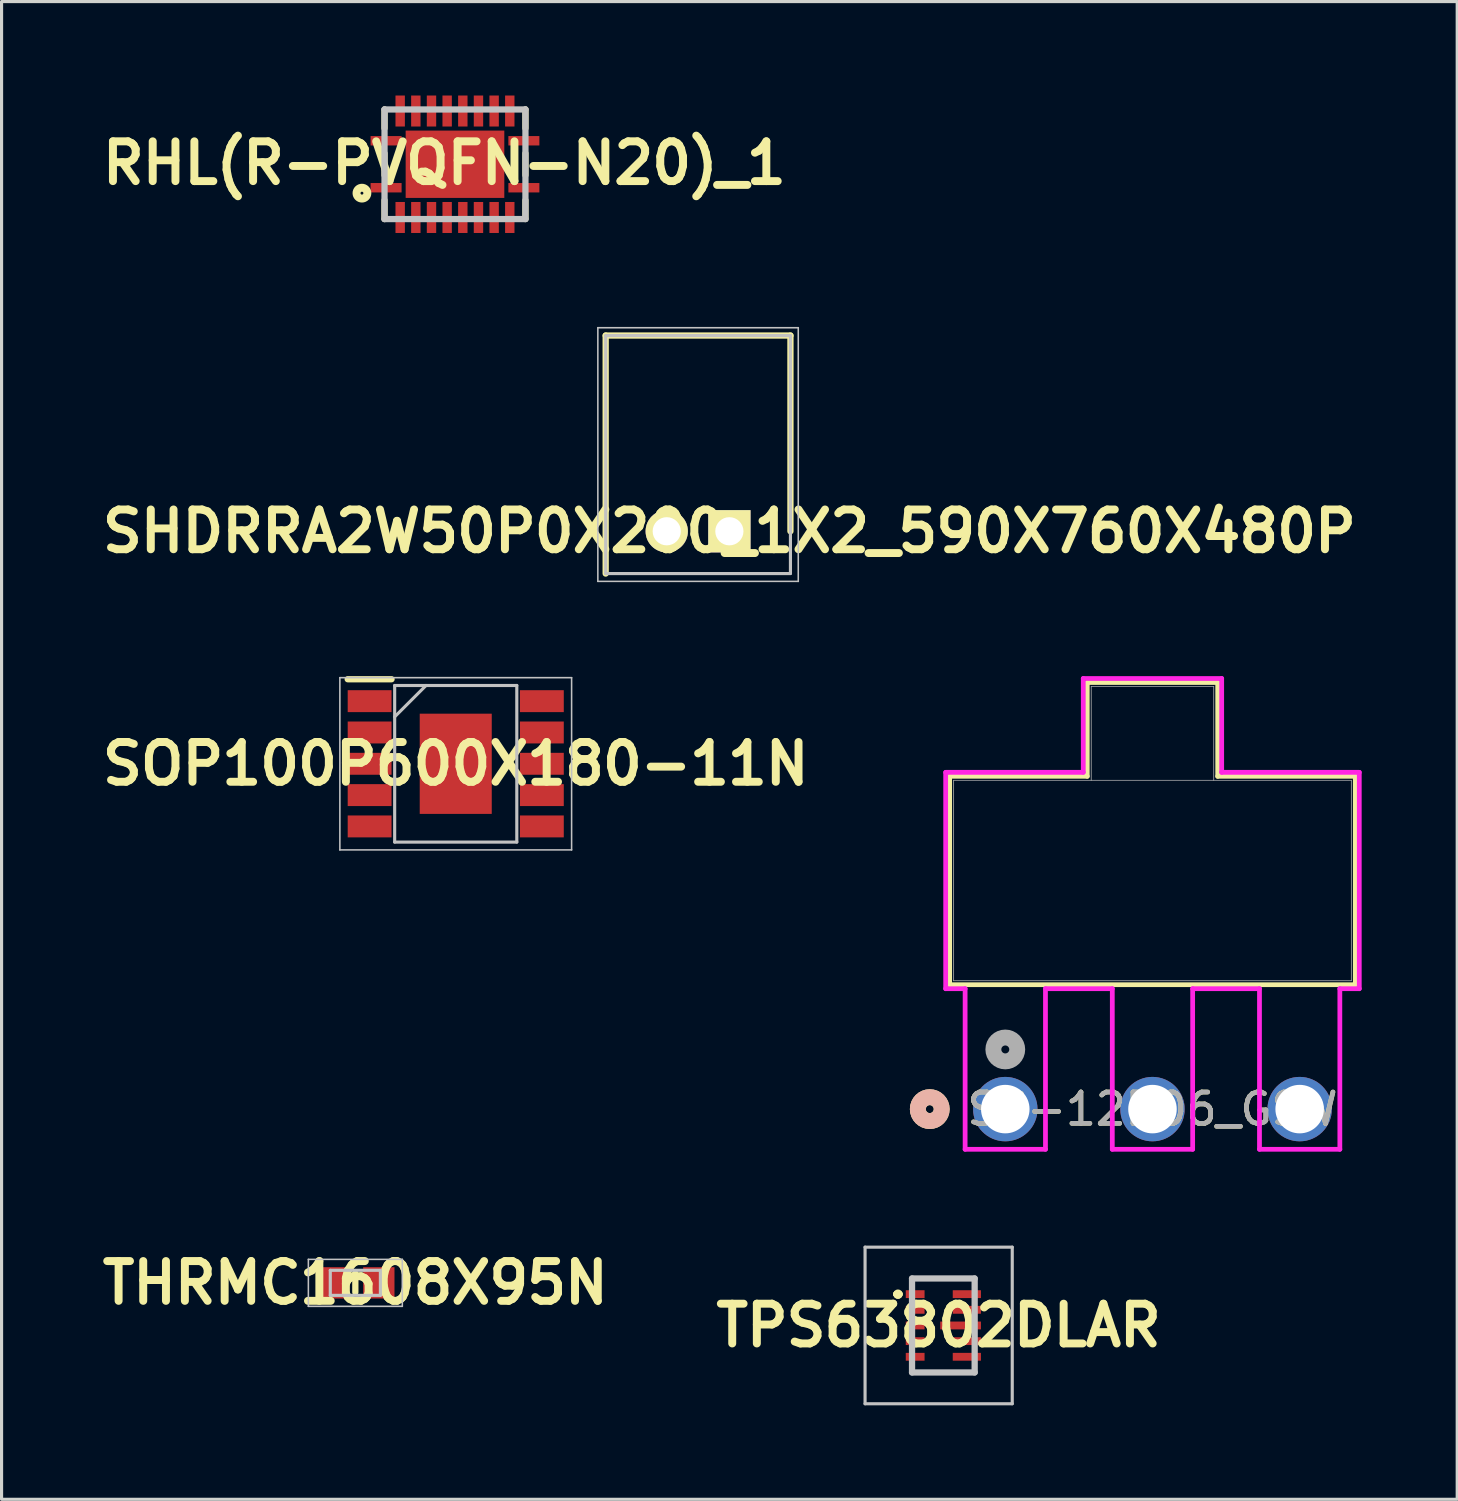
<source format=kicad_pcb>
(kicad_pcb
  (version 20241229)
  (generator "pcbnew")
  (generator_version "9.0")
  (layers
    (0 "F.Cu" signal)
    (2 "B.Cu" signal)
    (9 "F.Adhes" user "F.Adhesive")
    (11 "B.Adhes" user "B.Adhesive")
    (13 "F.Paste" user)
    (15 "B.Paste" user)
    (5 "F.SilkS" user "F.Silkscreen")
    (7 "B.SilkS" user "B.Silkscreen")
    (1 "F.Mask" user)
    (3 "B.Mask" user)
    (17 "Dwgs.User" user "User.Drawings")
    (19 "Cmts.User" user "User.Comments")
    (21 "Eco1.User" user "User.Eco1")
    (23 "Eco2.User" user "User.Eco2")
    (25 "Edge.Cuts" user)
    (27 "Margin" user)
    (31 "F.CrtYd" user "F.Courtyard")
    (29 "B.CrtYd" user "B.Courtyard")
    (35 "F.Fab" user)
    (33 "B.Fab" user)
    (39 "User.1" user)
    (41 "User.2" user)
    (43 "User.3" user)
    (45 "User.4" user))
  (footprint "RHL(R-PVQFN-N20)_1"
    (layer "F.Cu")
    (at 11.479 2.195)
    (property "Reference" "RHL(R-PVQFN-N20)_1" (at -0.339 -0.036 0) (layer "F.SilkS") (effects (font (size 1.27 1.27) (thickness 0.254))))
    (attr smd)
    (fp_line (start -2.25 -1.75) (end -2.25 -1.15) (stroke (width 0.2) (type solid)) (layer "F.SilkS"))
    (fp_line (start -2.25 -0.35) (end -2.25 0.35) (stroke (width 0.2) (type solid)) (layer "F.SilkS"))
    (fp_line (start -2.25 1.75) (end -2.25 1.15) (stroke (width 0.2) (type solid)) (layer "F.SilkS"))
    (fp_line (start 2.25 -1.75) (end 2.25 -1.15) (stroke (width 0.2) (type solid)) (layer "F.SilkS"))
    (fp_line (start 2.25 -0.35) (end 2.25 0.35) (stroke (width 0.2) (type solid)) (layer "F.SilkS"))
    (fp_line (start 2.25 1.75) (end 2.25 1.15) (stroke (width 0.2) (type solid)) (layer "F.SilkS"))
    (fp_circle (center -2.971 0.923) (end -3.017 0.923) (stroke (width 0.254) (type solid)) (fill no) (layer "F.SilkS"))
    (fp_line (start -2.25 -1.75) (end 2.25 -1.75) (stroke (width 0.2) (type solid)) (layer "Dwgs.User"))
    (fp_line (start -2.25 1.75) (end -2.25 -1.75) (stroke (width 0.2) (type solid)) (layer "Dwgs.User"))
    (fp_line (start 2.25 -1.75) (end 2.25 1.75) (stroke (width 0.2) (type solid)) (layer "Dwgs.User"))
    (fp_line (start 2.25 1.75) (end -2.25 1.75) (stroke (width 0.2) (type solid)) (layer "Dwgs.User"))
    (pad "1" smd rect (at -2.2 0.75 90) (size 0.3 0.99) (layers "F.Cu" "F.Mask" "F.Paste"))
    (pad "2" smd rect (at -1.75 1.7) (size 0.3 0.99) (layers "F.Cu" "F.Mask" "F.Paste"))
    (pad "3" smd rect (at -1.25 1.7) (size 0.3 0.99) (layers "F.Cu" "F.Mask" "F.Paste"))
    (pad "4" smd rect (at -0.75 1.7) (size 0.3 0.99) (layers "F.Cu" "F.Mask" "F.Paste"))
    (pad "5" smd rect (at -0.25 1.7) (size 0.3 0.99) (layers "F.Cu" "F.Mask" "F.Paste"))
    (pad "6" smd rect (at 0.25 1.7) (size 0.3 0.99) (layers "F.Cu" "F.Mask" "F.Paste"))
    (pad "7" smd rect (at 0.75 1.7) (size 0.3 0.99) (layers "F.Cu" "F.Mask" "F.Paste"))
    (pad "8" smd rect (at 1.25 1.7) (size 0.3 0.99) (layers "F.Cu" "F.Mask" "F.Paste"))
    (pad "9" smd rect (at 1.75 1.7) (size 0.3 0.99) (layers "F.Cu" "F.Mask" "F.Paste"))
    (pad "10" smd rect (at 2.2 0.75 90) (size 0.3 0.99) (layers "F.Cu" "F.Mask" "F.Paste"))
    (pad "11" smd rect (at 2.2 -0.75 90) (size 0.3 0.99) (layers "F.Cu" "F.Mask" "F.Paste"))
    (pad "12" smd rect (at 1.75 -1.7) (size 0.3 0.99) (layers "F.Cu" "F.Mask" "F.Paste"))
    (pad "13" smd rect (at 1.25 -1.7) (size 0.3 0.99) (layers "F.Cu" "F.Mask" "F.Paste"))
    (pad "14" smd rect (at 0.75 -1.7) (size 0.3 0.99) (layers "F.Cu" "F.Mask" "F.Paste"))
    (pad "15" smd rect (at 0.25 -1.7) (size 0.3 0.99) (layers "F.Cu" "F.Mask" "F.Paste"))
    (pad "16" smd rect (at -0.25 -1.7) (size 0.3 0.99) (layers "F.Cu" "F.Mask" "F.Paste"))
    (pad "17" smd rect (at -0.75 -1.7) (size 0.3 0.99) (layers "F.Cu" "F.Mask" "F.Paste"))
    (pad "18" smd rect (at -1.25 -1.7) (size 0.3 0.99) (layers "F.Cu" "F.Mask" "F.Paste"))
    (pad "19" smd rect (at -1.75 -1.7) (size 0.3 0.99) (layers "F.Cu" "F.Mask" "F.Paste"))
    (pad "20" smd rect (at -2.2 -0.75 90) (size 0.3 0.99) (layers "F.Cu" "F.Mask" "F.Paste"))
    (pad "21" smd rect (at 0 0 90) (size 2.15 3.15) (layers "F.Cu" "F.Mask" "F.Paste")))
  (footprint "TPS63802DLAR"
    (layer "F.Cu")
    (at 27.074 39.276)
    (property "Reference" "TPS63802DLAR" (at -0.15 0 0) (layer "F.SilkS") (effects (font (size 1.27 1.27) (thickness 0.254))))
    (attr smd)
    (fp_line (start -1.5 -1) (end -1.5 -1) (stroke (width 0.2) (type solid)) (layer "F.SilkS"))
    (fp_line (start -1.5 -1) (end -1.5 -1) (stroke (width 0.2) (type solid)) (layer "F.SilkS"))
    (fp_line (start -1.4 -1) (end -1.4 -1) (stroke (width 0.2) (type solid)) (layer "F.SilkS"))
    (fp_line (start -1 -1.5) (end -1 -1.5) (stroke (width 0.1) (type solid)) (layer "F.SilkS"))
    (fp_line (start -1 -1.5) (end 1 -1.5) (stroke (width 0.1) (type solid)) (layer "F.SilkS"))
    (fp_line (start -0.9 1.5) (end -0.9 1.5) (stroke (width 0.1) (type solid)) (layer "F.SilkS"))
    (fp_line (start -0.9 1.5) (end 1 1.5) (stroke (width 0.1) (type solid)) (layer "F.SilkS"))
    (fp_line (start 1 -1.5) (end -1 -1.5) (stroke (width 0.1) (type solid)) (layer "F.SilkS"))
    (fp_line (start 1 -1.5) (end 1 -1.5) (stroke (width 0.1) (type solid)) (layer "F.SilkS"))
    (fp_line (start 1 1.5) (end -0.9 1.5) (stroke (width 0.1) (type solid)) (layer "F.SilkS"))
    (fp_line (start 1 1.5) (end 1 1.5) (stroke (width 0.1) (type solid)) (layer "F.SilkS"))
    (fp_arc (start -1.5 -1) (mid -1.45 -1.05) (end -1.4 -1) (stroke (width 0.2) (type solid)) (layer "F.SilkS"))
    (fp_arc (start -1.4 -1) (mid -1.45 -0.95) (end -1.5 -1) (stroke (width 0.2) (type solid)) (layer "F.SilkS"))
    (fp_arc (start -1.4 -1) (mid -1.45 -0.95) (end -1.5 -1) (stroke (width 0.2) (type solid)) (layer "F.SilkS"))
    (fp_line (start -2.5 -2.5) (end 2.2 -2.5) (stroke (width 0.1) (type solid)) (layer "Dwgs.User"))
    (fp_line (start -2.5 2.5) (end -2.5 -2.5) (stroke (width 0.1) (type solid)) (layer "Dwgs.User"))
    (fp_line (start -1 -1.5) (end -1 1.5) (stroke (width 0.2) (type solid)) (layer "Dwgs.User"))
    (fp_line (start -1 1.5) (end 1 1.5) (stroke (width 0.2) (type solid)) (layer "Dwgs.User"))
    (fp_line (start 1 -1.5) (end -1 -1.5) (stroke (width 0.2) (type solid)) (layer "Dwgs.User"))
    (fp_line (start 1 1.5) (end 1 -1.5) (stroke (width 0.2) (type solid)) (layer "Dwgs.User"))
    (fp_line (start 2.2 -2.5) (end 2.2 2.5) (stroke (width 0.1) (type solid)) (layer "Dwgs.User"))
    (fp_line (start 2.2 2.5) (end -2.5 2.5) (stroke (width 0.1) (type solid)) (layer "Dwgs.User"))
    (pad "1" smd rect (at -0.9 -1 90) (size 0.25 0.6) (layers "F.Cu" "F.Mask" "F.Paste"))
    (pad "2" smd rect (at -0.9 -0.5 90) (size 0.25 0.6) (layers "F.Cu" "F.Mask" "F.Paste"))
    (pad "3" smd rect (at -0.9 0 90) (size 0.25 0.6) (layers "F.Cu" "F.Mask" "F.Paste"))
    (pad "4" smd rect (at -0.9 0.5 90) (size 0.25 0.6) (layers "F.Cu" "F.Mask" "F.Paste"))
    (pad "5" smd rect (at -0.9 1 90) (size 0.25 0.6) (layers "F.Cu" "F.Mask" "F.Paste"))
    (pad "6" smd rect (at 0.75 1 90) (size 0.25 0.9) (layers "F.Cu" "F.Mask" "F.Paste"))
    (pad "7" smd rect (at 0.75 0.5 90) (size 0.25 0.9) (layers "F.Cu" "F.Mask" "F.Paste"))
    (pad "8" smd rect (at 0.55 0 90) (size 0.25 1.3) (layers "F.Cu" "F.Mask" "F.Paste"))
    (pad "9" smd rect (at 0.75 -0.5 90) (size 0.25 0.9) (layers "F.Cu" "F.Mask" "F.Paste"))
    (pad "10" smd rect (at 0.75 -1 90) (size 0.25 0.9) (layers "F.Cu" "F.Mask" "F.Paste")))
  (footprint "SHDRRA2W50P0X200_1X2_590X760X480P"
    (layer "F.Cu")
    (at 20.241 13.915)
    (property "Reference" "SHDRRA2W50P0X200_1X2_590X760X480P" (at 0 0 0) (layer "F.SilkS") (effects (font (size 1.27 1.27) (thickness 0.254))))
    (attr through_hole exclude_from_pos_files)
    (fp_line (start -3.95 -6.25) (end -3.95 1.35) (stroke (width 0.2) (type solid)) (layer "F.SilkS"))
    (fp_line (start 1.95 -6.25) (end -3.95 -6.25) (stroke (width 0.2) (type solid)) (layer "F.SilkS"))
    (fp_line (start 1.95 0) (end 1.95 -6.25) (stroke (width 0.2) (type solid)) (layer "F.SilkS"))
    (fp_line (start -4.2 -6.5) (end 2.2 -6.5) (stroke (width 0.05) (type solid)) (layer "Dwgs.User"))
    (fp_line (start -4.2 1.6) (end -4.2 -6.5) (stroke (width 0.05) (type solid)) (layer "Dwgs.User"))
    (fp_line (start -3.95 -6.25) (end 1.95 -6.25) (stroke (width 0.1) (type solid)) (layer "Dwgs.User"))
    (fp_line (start -3.95 1.35) (end -3.95 -6.25) (stroke (width 0.1) (type solid)) (layer "Dwgs.User"))
    (fp_line (start 1.95 -6.25) (end 1.95 1.35) (stroke (width 0.1) (type solid)) (layer "Dwgs.User"))
    (fp_line (start 1.95 1.35) (end -3.95 1.35) (stroke (width 0.1) (type solid)) (layer "Dwgs.User"))
    (fp_line (start 2.2 -6.5) (end 2.2 1.6) (stroke (width 0.05) (type solid)) (layer "Dwgs.User"))
    (fp_line (start 2.2 1.6) (end -4.2 1.6) (stroke (width 0.05) (type solid)) (layer "Dwgs.User"))
    (pad "1" thru_hole rect (at 0 0 90) (size 1.35 1.35) (drill 0.9) (layers "*.Cu" "*.Mask" "F.SilkS"))
    (pad "2" thru_hole circle (at -2 0 90) (size 1.35 1.35) (drill 0.9) (layers "*.Cu" "*.Mask" "F.SilkS")))
  (footprint "SS-12D06_GSW"
    (layer "F.Cu")
    (at 29.052 32.367)
    (property "Reference" "SS-12D06_GSW" (at 4.7 0 0) (unlocked yes) (layer "F.SilkS") (effects (font (size 1 1) (thickness 0.15))))
    (attr through_hole)
    (fp_line (start -1.777 -10.627) (end 2.617 -10.627) (stroke (width 0.152) (type solid)) (layer "F.SilkS"))
    (fp_line (start -1.777 -3.972) (end -1.777 -10.627) (stroke (width 0.152) (type solid)) (layer "F.SilkS"))
    (fp_line (start 2.617 -13.624) (end 6.783 -13.624) (stroke (width 0.152) (type solid)) (layer "F.SilkS"))
    (fp_line (start 2.617 -10.627) (end 2.617 -13.624) (stroke (width 0.152) (type solid)) (layer "F.SilkS"))
    (fp_line (start 6.783 -13.624) (end 6.783 -10.627) (stroke (width 0.152) (type solid)) (layer "F.SilkS"))
    (fp_line (start 6.783 -10.627) (end 11.177 -10.627) (stroke (width 0.152) (type solid)) (layer "F.SilkS"))
    (fp_line (start 11.177 -10.627) (end 11.177 -3.972) (stroke (width 0.152) (type solid)) (layer "F.SilkS"))
    (fp_line (start 11.177 -3.972) (end -1.777 -3.972) (stroke (width 0.152) (type solid)) (layer "F.SilkS"))
    (fp_circle (center -2.412 0) (end -2.031 0) (stroke (width 0.508) (type solid)) (fill no) (layer "F.SilkS"))
    (fp_circle (center -2.412 0) (end -2.031 0) (stroke (width 0.508) (type solid)) (fill no) (layer "B.SilkS"))
    (fp_line (start -1.904 -10.754) (end -1.904 -3.845) (stroke (width 0.152) (type solid)) (layer "F.CrtYd"))
    (fp_line (start -1.904 -3.845) (end -1.283 -3.845) (stroke (width 0.152) (type solid)) (layer "F.CrtYd"))
    (fp_line (start -1.283 -3.845) (end -1.283 1.283) (stroke (width 0.152) (type solid)) (layer "F.CrtYd"))
    (fp_line (start -1.283 1.283) (end 1.283 1.283) (stroke (width 0.152) (type solid)) (layer "F.CrtYd"))
    (fp_line (start 1.283 -3.845) (end 3.417 -3.845) (stroke (width 0.152) (type solid)) (layer "F.CrtYd"))
    (fp_line (start 1.283 1.283) (end 1.283 -3.845) (stroke (width 0.152) (type solid)) (layer "F.CrtYd"))
    (fp_line (start 2.49 -13.751) (end 2.49 -10.754) (stroke (width 0.152) (type solid)) (layer "F.CrtYd"))
    (fp_line (start 2.49 -10.754) (end -1.904 -10.754) (stroke (width 0.152) (type solid)) (layer "F.CrtYd"))
    (fp_line (start 3.417 -3.845) (end 3.417 1.283) (stroke (width 0.152) (type solid)) (layer "F.CrtYd"))
    (fp_line (start 3.417 1.283) (end 5.983 1.283) (stroke (width 0.152) (type solid)) (layer "F.CrtYd"))
    (fp_line (start 5.983 -3.845) (end 8.117 -3.845) (stroke (width 0.152) (type solid)) (layer "F.CrtYd"))
    (fp_line (start 5.983 1.283) (end 5.983 -3.845) (stroke (width 0.152) (type solid)) (layer "F.CrtYd"))
    (fp_line (start 6.91 -13.751) (end 2.49 -13.751) (stroke (width 0.152) (type solid)) (layer "F.CrtYd"))
    (fp_line (start 6.91 -10.754) (end 6.91 -13.751) (stroke (width 0.152) (type solid)) (layer "F.CrtYd"))
    (fp_line (start 8.117 -3.845) (end 8.117 1.283) (stroke (width 0.152) (type solid)) (layer "F.CrtYd"))
    (fp_line (start 8.117 1.283) (end 10.683 1.283) (stroke (width 0.152) (type solid)) (layer "F.CrtYd"))
    (fp_line (start 10.683 -3.845) (end 11.304 -3.845) (stroke (width 0.152) (type solid)) (layer "F.CrtYd"))
    (fp_line (start 10.683 1.283) (end 10.683 -3.845) (stroke (width 0.152) (type solid)) (layer "F.CrtYd"))
    (fp_line (start 11.304 -10.754) (end 6.91 -10.754) (stroke (width 0.152) (type solid)) (layer "F.CrtYd"))
    (fp_line (start 11.304 -3.845) (end 11.304 -10.754) (stroke (width 0.152) (type solid)) (layer "F.CrtYd"))
    (fp_line (start -1.65 -10.5) (end -1.65 -4.099) (stroke (width 0.025) (type solid)) (layer "F.Fab"))
    (fp_line (start -1.65 -4.099) (end 11.05 -4.099) (stroke (width 0.025) (type solid)) (layer "F.Fab"))
    (fp_line (start 2.744 -13.497) (end 6.656 -13.497) (stroke (width 0.025) (type solid)) (layer "F.Fab"))
    (fp_line (start 2.744 -10.5) (end 2.744 -13.497) (stroke (width 0.025) (type solid)) (layer "F.Fab"))
    (fp_line (start 6.656 -10.5) (end 6.656 -13.497) (stroke (width 0.025) (type solid)) (layer "F.Fab"))
    (fp_line (start 11.05 -10.5) (end -1.65 -10.5) (stroke (width 0.025) (type solid)) (layer "F.Fab"))
    (fp_line (start 11.05 -4.099) (end 11.05 -10.5) (stroke (width 0.025) (type solid)) (layer "F.Fab"))
    (fp_circle (center 0 -1.905) (end 0.381 -1.905) (stroke (width 0.508) (type solid)) (fill no) (layer "F.Fab"))
    (fp_text user "${REFERENCE}" (at 4.7 0 0) (unlocked yes) (layer "F.Fab") (effects (font (size 1 1) (thickness 0.15))))
    (pad "1" thru_hole circle (at 0 0) (size 2.057 2.057) (drill 1.549) (layers "*.Cu" "*.Mask"))
    (pad "2" thru_hole circle (at 4.7 0) (size 2.057 2.057) (drill 1.549) (layers "*.Cu" "*.Mask"))
    (pad "3" thru_hole circle (at 9.4 0) (size 2.057 2.057) (drill 1.549) (layers "*.Cu" "*.Mask")))
  (footprint "THRMC1608X95N"
    (layer "F.Cu")
    (at 8.297 37.915)
    (property "Reference" "THRMC1608X95N" (at 0 0 0) (layer "F.SilkS") (effects (font (size 1.27 1.27) (thickness 0.254))))
    (attr smd)
    (fp_line (start 0 -0.3) (end 0 0.3) (stroke (width 0.2) (type solid)) (layer "F.SilkS"))
    (fp_line (start -1.5 -0.75) (end 1.5 -0.75) (stroke (width 0.05) (type solid)) (layer "Dwgs.User"))
    (fp_line (start -1.5 0.75) (end -1.5 -0.75) (stroke (width 0.05) (type solid)) (layer "Dwgs.User"))
    (fp_line (start -0.8 -0.4) (end 0.8 -0.4) (stroke (width 0.1) (type solid)) (layer "Dwgs.User"))
    (fp_line (start -0.8 0.4) (end -0.8 -0.4) (stroke (width 0.1) (type solid)) (layer "Dwgs.User"))
    (fp_line (start 0.8 -0.4) (end 0.8 0.4) (stroke (width 0.1) (type solid)) (layer "Dwgs.User"))
    (fp_line (start 0.8 0.4) (end -0.8 0.4) (stroke (width 0.1) (type solid)) (layer "Dwgs.User"))
    (fp_line (start 1.5 -0.75) (end 1.5 0.75) (stroke (width 0.05) (type solid)) (layer "Dwgs.User"))
    (fp_line (start 1.5 0.75) (end -1.5 0.75) (stroke (width 0.05) (type solid)) (layer "Dwgs.User"))
    (pad "1" smd rect (at -0.75 0 90) (size 1 1) (layers "F.Cu" "F.Mask" "F.Paste"))
    (pad "2" smd rect (at 0.75 0 90) (size 1 1) (layers "F.Cu" "F.Mask" "F.Paste")))
  (footprint "SOP100P600X180-11N"
    (layer "F.Cu")
    (at 11.503 21.34)
    (property "Reference" "SOP100P600X180-11N" (at 0 0 0) (layer "F.SilkS") (effects (font (size 1.27 1.27) (thickness 0.254))))
    (attr smd)
    (fp_line (start -3.45 -2.7) (end -2.05 -2.7) (stroke (width 0.2) (type solid)) (layer "F.SilkS"))
    (fp_line (start -3.7 -2.75) (end 3.7 -2.75) (stroke (width 0.05) (type solid)) (layer "Dwgs.User"))
    (fp_line (start -3.7 2.75) (end -3.7 -2.75) (stroke (width 0.05) (type solid)) (layer "Dwgs.User"))
    (fp_line (start -1.95 -2.5) (end 1.95 -2.5) (stroke (width 0.1) (type solid)) (layer "Dwgs.User"))
    (fp_line (start -1.95 -1.5) (end -0.95 -2.5) (stroke (width 0.1) (type solid)) (layer "Dwgs.User"))
    (fp_line (start -1.95 2.5) (end -1.95 -2.5) (stroke (width 0.1) (type solid)) (layer "Dwgs.User"))
    (fp_line (start 1.95 -2.5) (end 1.95 2.5) (stroke (width 0.1) (type solid)) (layer "Dwgs.User"))
    (fp_line (start 1.95 2.5) (end -1.95 2.5) (stroke (width 0.1) (type solid)) (layer "Dwgs.User"))
    (fp_line (start 3.7 -2.75) (end 3.7 2.75) (stroke (width 0.05) (type solid)) (layer "Dwgs.User"))
    (fp_line (start 3.7 2.75) (end -3.7 2.75) (stroke (width 0.05) (type solid)) (layer "Dwgs.User"))
    (pad "1" smd rect (at -2.75 -2 90) (size 0.7 1.4) (layers "F.Cu" "F.Mask" "F.Paste"))
    (pad "2" smd rect (at -2.75 -1 90) (size 0.7 1.4) (layers "F.Cu" "F.Mask" "F.Paste"))
    (pad "3" smd rect (at -2.75 0 90) (size 0.7 1.4) (layers "F.Cu" "F.Mask" "F.Paste"))
    (pad "4" smd rect (at -2.75 1 90) (size 0.7 1.4) (layers "F.Cu" "F.Mask" "F.Paste"))
    (pad "5" smd rect (at -2.75 2 90) (size 0.7 1.4) (layers "F.Cu" "F.Mask" "F.Paste"))
    (pad "6" smd rect (at 2.75 2 90) (size 0.7 1.4) (layers "F.Cu" "F.Mask" "F.Paste"))
    (pad "7" smd rect (at 2.75 1 90) (size 0.7 1.4) (layers "F.Cu" "F.Mask" "F.Paste"))
    (pad "8" smd rect (at 2.75 0 90) (size 0.7 1.4) (layers "F.Cu" "F.Mask" "F.Paste"))
    (pad "9" smd rect (at 2.75 -1 90) (size 0.7 1.4) (layers "F.Cu" "F.Mask" "F.Paste"))
    (pad "10" smd rect (at 2.75 -2 90) (size 0.7 1.4) (layers "F.Cu" "F.Mask" "F.Paste"))
    (pad "11" smd rect (at 0 0) (size 2.3 3.2) (layers "F.Cu" "F.Mask" "F.Paste")))
  (gr_rect
    (start -3 -3)
    (end 43.483 44.826)
    (stroke (width 0.1) (type default))
    (fill no)
    (layer "Edge.Cuts")))
</source>
